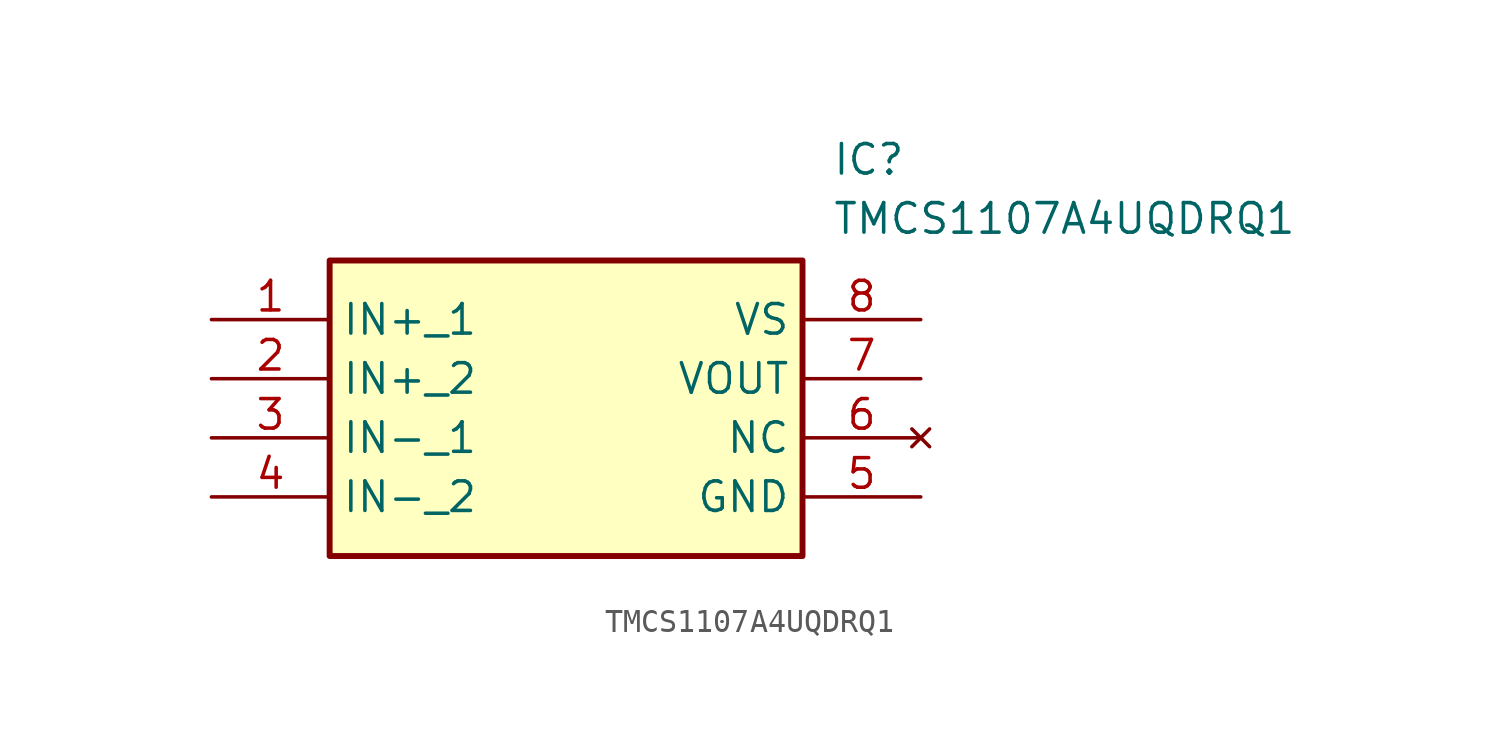
<source format=kicad_sym>
(kicad_symbol_lib
  (version 20211014)
  (generator SamacSys_ECAD_Model)
  (symbol "TMCS1107A4UQDRQ1"
    (property "Reference" "IC"
      (at 26.67 7.62 0)
      (effects (font (size 1.27 1.27)) (justify left top)))
    (property "Value" "TMCS1107A4UQDRQ1"
      (at 26.67 5.08 0)
      (effects (font (size 1.27 1.27)) (justify left top)))
    (rectangle
      (start 5.08 2.54)
      (end 25.4 -10.16)
      (stroke (width 0.254) (type default))
      (fill (type background)))
    (pin passive line
      (at 0 0 0)
      (length 5.08)
      (name "IN+_1" (effects (font (size 1.27 1.27))))
      (number "1" (effects (font (size 1.27 1.27)))))
    (pin passive line
      (at 0 -2.54 0)
      (length 5.08)
      (name "IN+_2" (effects (font (size 1.27 1.27))))
      (number "2" (effects (font (size 1.27 1.27)))))
    (pin passive line
      (at 0 -5.08 0)
      (length 5.08)
      (name "IN-_1" (effects (font (size 1.27 1.27))))
      (number "3" (effects (font (size 1.27 1.27)))))
    (pin passive line
      (at 0 -7.62 0)
      (length 5.08)
      (name "IN-_2" (effects (font (size 1.27 1.27))))
      (number "4" (effects (font (size 1.27 1.27)))))
    (pin passive line
      (at 30.48 0 180)
      (length 5.08)
      (name "VS" (effects (font (size 1.27 1.27))))
      (number "8" (effects (font (size 1.27 1.27)))))
    (pin passive line
      (at 30.48 -2.54 180)
      (length 5.08)
      (name "VOUT" (effects (font (size 1.27 1.27))))
      (number "7" (effects (font (size 1.27 1.27)))))
    (pin no_connect line
      (at 30.48 -5.08 180)
      (length 5.08)
      (name "NC" (effects (font (size 1.27 1.27))))
      (number "6" (effects (font (size 1.27 1.27)))))
    (pin passive line
      (at 30.48 -7.62 180)
      (length 5.08)
      (name "GND" (effects (font (size 1.27 1.27))))
      (number "5" (effects (font (size 1.27 1.27)))))))
</source>
